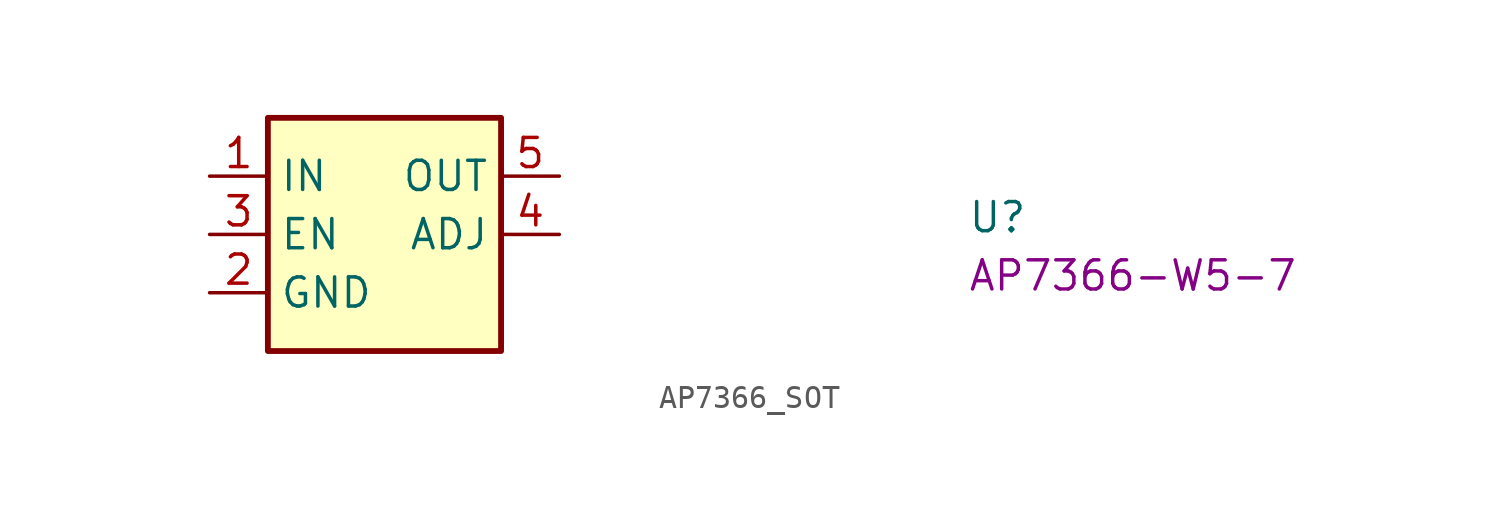
<source format=kicad_sym>
(kicad_symbol_lib
  (version 20220914)
  (generator kicad_symbol_editor)
  (symbol "AP7366_SOT"
    (property "Reference" "U"
      (at 33.02 -2.54 0)
      (effects (font (size 1.27 1.27) (thickness 0.15)) (justify left bottom)))
    (property "MPN" "AP7366-W5-7"
      (at 33.02 -5.08 0)
      (effects (font (size 1.27 1.27) (thickness 0.15)) (justify left bottom)))
    (symbol "AP7366_SOT_1_1"
      (rectangle (start 2.54 2.54) (end 12.7 -7.62) (stroke (width 0.254) (type default)) (fill (type background)))
      (pin passive line (at 0 0 0) (length 2.54) (name "IN" (effects (font (size 1.27 1.27)))) (number "1" (effects (font (size 1.27 1.27)))))
      (pin passive line (at 0 -5.08 0) (length 2.54) (name "GND" (effects (font (size 1.27 1.27)))) (number "2" (effects (font (size 1.27 1.27)))))
      (pin passive line (at 0 -2.54 0) (length 2.54) (name "EN" (effects (font (size 1.27 1.27)))) (number "3" (effects (font (size 1.27 1.27)))))
      (pin passive line (at 15.24 -2.54 180) (length 2.54) (name "ADJ" (effects (font (size 1.27 1.27)))) (number "4" (effects (font (size 1.27 1.27)))))
      (pin passive line (at 15.24 0 180) (length 2.54) (name "OUT" (effects (font (size 1.27 1.27)))) (number "5" (effects (font (size 1.27 1.27))))))))
</source>
